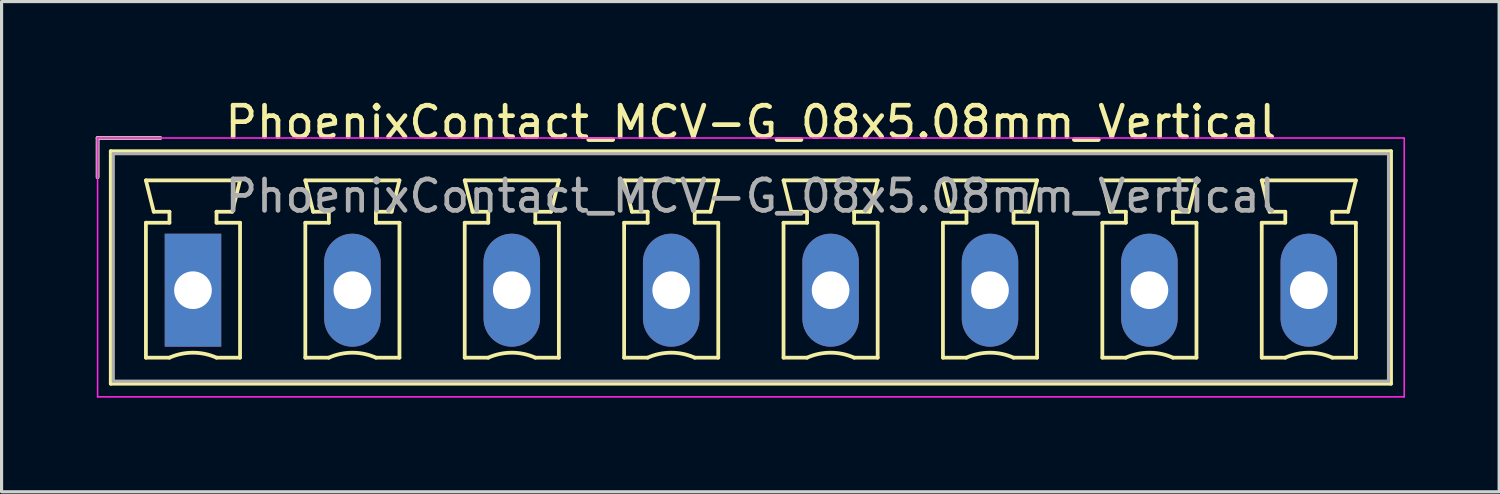
<source format=kicad_pcb>
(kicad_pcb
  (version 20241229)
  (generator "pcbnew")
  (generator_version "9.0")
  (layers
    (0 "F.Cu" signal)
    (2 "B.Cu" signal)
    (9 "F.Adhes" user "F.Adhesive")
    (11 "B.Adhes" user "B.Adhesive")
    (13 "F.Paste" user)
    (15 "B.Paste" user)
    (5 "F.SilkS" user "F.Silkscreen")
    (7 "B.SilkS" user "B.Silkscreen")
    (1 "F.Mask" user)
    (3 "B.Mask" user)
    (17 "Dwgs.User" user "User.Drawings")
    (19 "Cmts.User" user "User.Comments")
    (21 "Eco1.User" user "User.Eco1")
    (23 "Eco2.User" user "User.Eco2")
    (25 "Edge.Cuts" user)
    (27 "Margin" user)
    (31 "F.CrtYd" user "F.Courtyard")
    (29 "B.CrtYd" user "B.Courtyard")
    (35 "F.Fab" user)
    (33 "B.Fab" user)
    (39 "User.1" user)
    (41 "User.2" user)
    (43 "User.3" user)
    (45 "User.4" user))
  (footprint "PhoenixContact_MCV-G_08x5.08mm_Vertical"
    (layer "F.Cu")
    (at 3.1 6.198)
    (property "Reference" "PhoenixContact_MCV-G_08x5.08mm_Vertical" (at 17.78 -5.35 0) (layer "F.SilkS") (effects (font (size 1 1) (thickness 0.15))))
    (attr through_hole)
    (fp_line (start -3.04 -4.85) (end -1.04 -4.85) (stroke (width 0.12) (type solid)) (layer "F.SilkS"))
    (fp_line (start -3.04 -3.6) (end -3.04 -4.85) (stroke (width 0.12) (type solid)) (layer "F.SilkS"))
    (fp_line (start -2.62 -4.43) (end -2.62 2.98) (stroke (width 0.12) (type solid)) (layer "F.SilkS"))
    (fp_line (start -2.62 2.98) (end 38.18 2.98) (stroke (width 0.12) (type solid)) (layer "F.SilkS"))
    (fp_line (start -1.5 -3.5) (end 1.5 -3.5) (stroke (width 0.12) (type solid)) (layer "F.SilkS"))
    (fp_line (start -1.5 -2.15) (end -0.75 -2.15) (stroke (width 0.12) (type solid)) (layer "F.SilkS"))
    (fp_line (start -1.5 2.15) (end -1.5 -2.15) (stroke (width 0.12) (type solid)) (layer "F.SilkS"))
    (fp_line (start -1.25 -2.5) (end -1.5 -3.5) (stroke (width 0.12) (type solid)) (layer "F.SilkS"))
    (fp_line (start -0.75 -2.5) (end -1.25 -2.5) (stroke (width 0.12) (type solid)) (layer "F.SilkS"))
    (fp_line (start -0.75 -2.15) (end -0.75 -2.5) (stroke (width 0.12) (type solid)) (layer "F.SilkS"))
    (fp_line (start -0.75 2.15) (end -1.5 2.15) (stroke (width 0.12) (type solid)) (layer "F.SilkS"))
    (fp_line (start 0.75 -2.5) (end 0.75 -2.15) (stroke (width 0.12) (type solid)) (layer "F.SilkS"))
    (fp_line (start 0.75 -2.15) (end 1.5 -2.15) (stroke (width 0.12) (type solid)) (layer "F.SilkS"))
    (fp_line (start 1.25 -2.5) (end 0.75 -2.5) (stroke (width 0.12) (type solid)) (layer "F.SilkS"))
    (fp_line (start 1.5 -3.5) (end 1.25 -2.5) (stroke (width 0.12) (type solid)) (layer "F.SilkS"))
    (fp_line (start 1.5 -2.15) (end 1.5 2.15) (stroke (width 0.12) (type solid)) (layer "F.SilkS"))
    (fp_line (start 1.5 2.15) (end 0.75 2.15) (stroke (width 0.12) (type solid)) (layer "F.SilkS"))
    (fp_line (start 3.58 -3.5) (end 6.58 -3.5) (stroke (width 0.12) (type solid)) (layer "F.SilkS"))
    (fp_line (start 3.58 -2.15) (end 4.33 -2.15) (stroke (width 0.12) (type solid)) (layer "F.SilkS"))
    (fp_line (start 3.58 2.15) (end 3.58 -2.15) (stroke (width 0.12) (type solid)) (layer "F.SilkS"))
    (fp_line (start 3.83 -2.5) (end 3.58 -3.5) (stroke (width 0.12) (type solid)) (layer "F.SilkS"))
    (fp_line (start 4.33 -2.5) (end 3.83 -2.5) (stroke (width 0.12) (type solid)) (layer "F.SilkS"))
    (fp_line (start 4.33 -2.15) (end 4.33 -2.5) (stroke (width 0.12) (type solid)) (layer "F.SilkS"))
    (fp_line (start 4.33 2.15) (end 3.58 2.15) (stroke (width 0.12) (type solid)) (layer "F.SilkS"))
    (fp_line (start 5.83 -2.5) (end 5.83 -2.15) (stroke (width 0.12) (type solid)) (layer "F.SilkS"))
    (fp_line (start 5.83 -2.15) (end 6.58 -2.15) (stroke (width 0.12) (type solid)) (layer "F.SilkS"))
    (fp_line (start 6.33 -2.5) (end 5.83 -2.5) (stroke (width 0.12) (type solid)) (layer "F.SilkS"))
    (fp_line (start 6.58 -3.5) (end 6.33 -2.5) (stroke (width 0.12) (type solid)) (layer "F.SilkS"))
    (fp_line (start 6.58 -2.15) (end 6.58 2.15) (stroke (width 0.12) (type solid)) (layer "F.SilkS"))
    (fp_line (start 6.58 2.15) (end 5.83 2.15) (stroke (width 0.12) (type solid)) (layer "F.SilkS"))
    (fp_line (start 8.66 -3.5) (end 11.66 -3.5) (stroke (width 0.12) (type solid)) (layer "F.SilkS"))
    (fp_line (start 8.66 -2.15) (end 9.41 -2.15) (stroke (width 0.12) (type solid)) (layer "F.SilkS"))
    (fp_line (start 8.66 2.15) (end 8.66 -2.15) (stroke (width 0.12) (type solid)) (layer "F.SilkS"))
    (fp_line (start 8.91 -2.5) (end 8.66 -3.5) (stroke (width 0.12) (type solid)) (layer "F.SilkS"))
    (fp_line (start 9.41 -2.5) (end 8.91 -2.5) (stroke (width 0.12) (type solid)) (layer "F.SilkS"))
    (fp_line (start 9.41 -2.15) (end 9.41 -2.5) (stroke (width 0.12) (type solid)) (layer "F.SilkS"))
    (fp_line (start 9.41 2.15) (end 8.66 2.15) (stroke (width 0.12) (type solid)) (layer "F.SilkS"))
    (fp_line (start 10.91 -2.5) (end 10.91 -2.15) (stroke (width 0.12) (type solid)) (layer "F.SilkS"))
    (fp_line (start 10.91 -2.15) (end 11.66 -2.15) (stroke (width 0.12) (type solid)) (layer "F.SilkS"))
    (fp_line (start 11.41 -2.5) (end 10.91 -2.5) (stroke (width 0.12) (type solid)) (layer "F.SilkS"))
    (fp_line (start 11.66 -3.5) (end 11.41 -2.5) (stroke (width 0.12) (type solid)) (layer "F.SilkS"))
    (fp_line (start 11.66 -2.15) (end 11.66 2.15) (stroke (width 0.12) (type solid)) (layer "F.SilkS"))
    (fp_line (start 11.66 2.15) (end 10.91 2.15) (stroke (width 0.12) (type solid)) (layer "F.SilkS"))
    (fp_line (start 13.74 -3.5) (end 16.74 -3.5) (stroke (width 0.12) (type solid)) (layer "F.SilkS"))
    (fp_line (start 13.74 -2.15) (end 14.49 -2.15) (stroke (width 0.12) (type solid)) (layer "F.SilkS"))
    (fp_line (start 13.74 2.15) (end 13.74 -2.15) (stroke (width 0.12) (type solid)) (layer "F.SilkS"))
    (fp_line (start 13.99 -2.5) (end 13.74 -3.5) (stroke (width 0.12) (type solid)) (layer "F.SilkS"))
    (fp_line (start 14.49 -2.5) (end 13.99 -2.5) (stroke (width 0.12) (type solid)) (layer "F.SilkS"))
    (fp_line (start 14.49 -2.15) (end 14.49 -2.5) (stroke (width 0.12) (type solid)) (layer "F.SilkS"))
    (fp_line (start 14.49 2.15) (end 13.74 2.15) (stroke (width 0.12) (type solid)) (layer "F.SilkS"))
    (fp_line (start 15.99 -2.5) (end 15.99 -2.15) (stroke (width 0.12) (type solid)) (layer "F.SilkS"))
    (fp_line (start 15.99 -2.15) (end 16.74 -2.15) (stroke (width 0.12) (type solid)) (layer "F.SilkS"))
    (fp_line (start 16.49 -2.5) (end 15.99 -2.5) (stroke (width 0.12) (type solid)) (layer "F.SilkS"))
    (fp_line (start 16.74 -3.5) (end 16.49 -2.5) (stroke (width 0.12) (type solid)) (layer "F.SilkS"))
    (fp_line (start 16.74 -2.15) (end 16.74 2.15) (stroke (width 0.12) (type solid)) (layer "F.SilkS"))
    (fp_line (start 16.74 2.15) (end 15.99 2.15) (stroke (width 0.12) (type solid)) (layer "F.SilkS"))
    (fp_line (start 18.82 -3.5) (end 21.82 -3.5) (stroke (width 0.12) (type solid)) (layer "F.SilkS"))
    (fp_line (start 18.82 -2.15) (end 19.57 -2.15) (stroke (width 0.12) (type solid)) (layer "F.SilkS"))
    (fp_line (start 18.82 2.15) (end 18.82 -2.15) (stroke (width 0.12) (type solid)) (layer "F.SilkS"))
    (fp_line (start 19.07 -2.5) (end 18.82 -3.5) (stroke (width 0.12) (type solid)) (layer "F.SilkS"))
    (fp_line (start 19.57 -2.5) (end 19.07 -2.5) (stroke (width 0.12) (type solid)) (layer "F.SilkS"))
    (fp_line (start 19.57 -2.15) (end 19.57 -2.5) (stroke (width 0.12) (type solid)) (layer "F.SilkS"))
    (fp_line (start 19.57 2.15) (end 18.82 2.15) (stroke (width 0.12) (type solid)) (layer "F.SilkS"))
    (fp_line (start 21.07 -2.5) (end 21.07 -2.15) (stroke (width 0.12) (type solid)) (layer "F.SilkS"))
    (fp_line (start 21.07 -2.15) (end 21.82 -2.15) (stroke (width 0.12) (type solid)) (layer "F.SilkS"))
    (fp_line (start 21.57 -2.5) (end 21.07 -2.5) (stroke (width 0.12) (type solid)) (layer "F.SilkS"))
    (fp_line (start 21.82 -3.5) (end 21.57 -2.5) (stroke (width 0.12) (type solid)) (layer "F.SilkS"))
    (fp_line (start 21.82 -2.15) (end 21.82 2.15) (stroke (width 0.12) (type solid)) (layer "F.SilkS"))
    (fp_line (start 21.82 2.15) (end 21.07 2.15) (stroke (width 0.12) (type solid)) (layer "F.SilkS"))
    (fp_line (start 23.9 -3.5) (end 26.9 -3.5) (stroke (width 0.12) (type solid)) (layer "F.SilkS"))
    (fp_line (start 23.9 -2.15) (end 24.65 -2.15) (stroke (width 0.12) (type solid)) (layer "F.SilkS"))
    (fp_line (start 23.9 2.15) (end 23.9 -2.15) (stroke (width 0.12) (type solid)) (layer "F.SilkS"))
    (fp_line (start 24.15 -2.5) (end 23.9 -3.5) (stroke (width 0.12) (type solid)) (layer "F.SilkS"))
    (fp_line (start 24.65 -2.5) (end 24.15 -2.5) (stroke (width 0.12) (type solid)) (layer "F.SilkS"))
    (fp_line (start 24.65 -2.15) (end 24.65 -2.5) (stroke (width 0.12) (type solid)) (layer "F.SilkS"))
    (fp_line (start 24.65 2.15) (end 23.9 2.15) (stroke (width 0.12) (type solid)) (layer "F.SilkS"))
    (fp_line (start 26.15 -2.5) (end 26.15 -2.15) (stroke (width 0.12) (type solid)) (layer "F.SilkS"))
    (fp_line (start 26.15 -2.15) (end 26.9 -2.15) (stroke (width 0.12) (type solid)) (layer "F.SilkS"))
    (fp_line (start 26.65 -2.5) (end 26.15 -2.5) (stroke (width 0.12) (type solid)) (layer "F.SilkS"))
    (fp_line (start 26.9 -3.5) (end 26.65 -2.5) (stroke (width 0.12) (type solid)) (layer "F.SilkS"))
    (fp_line (start 26.9 -2.15) (end 26.9 2.15) (stroke (width 0.12) (type solid)) (layer "F.SilkS"))
    (fp_line (start 26.9 2.15) (end 26.15 2.15) (stroke (width 0.12) (type solid)) (layer "F.SilkS"))
    (fp_line (start 28.98 -3.5) (end 31.98 -3.5) (stroke (width 0.12) (type solid)) (layer "F.SilkS"))
    (fp_line (start 28.98 -2.15) (end 29.73 -2.15) (stroke (width 0.12) (type solid)) (layer "F.SilkS"))
    (fp_line (start 28.98 2.15) (end 28.98 -2.15) (stroke (width 0.12) (type solid)) (layer "F.SilkS"))
    (fp_line (start 29.23 -2.5) (end 28.98 -3.5) (stroke (width 0.12) (type solid)) (layer "F.SilkS"))
    (fp_line (start 29.73 -2.5) (end 29.23 -2.5) (stroke (width 0.12) (type solid)) (layer "F.SilkS"))
    (fp_line (start 29.73 -2.15) (end 29.73 -2.5) (stroke (width 0.12) (type solid)) (layer "F.SilkS"))
    (fp_line (start 29.73 2.15) (end 28.98 2.15) (stroke (width 0.12) (type solid)) (layer "F.SilkS"))
    (fp_line (start 31.23 -2.5) (end 31.23 -2.15) (stroke (width 0.12) (type solid)) (layer "F.SilkS"))
    (fp_line (start 31.23 -2.15) (end 31.98 -2.15) (stroke (width 0.12) (type solid)) (layer "F.SilkS"))
    (fp_line (start 31.73 -2.5) (end 31.23 -2.5) (stroke (width 0.12) (type solid)) (layer "F.SilkS"))
    (fp_line (start 31.98 -3.5) (end 31.73 -2.5) (stroke (width 0.12) (type solid)) (layer "F.SilkS"))
    (fp_line (start 31.98 -2.15) (end 31.98 2.15) (stroke (width 0.12) (type solid)) (layer "F.SilkS"))
    (fp_line (start 31.98 2.15) (end 31.23 2.15) (stroke (width 0.12) (type solid)) (layer "F.SilkS"))
    (fp_line (start 34.06 -3.5) (end 37.06 -3.5) (stroke (width 0.12) (type solid)) (layer "F.SilkS"))
    (fp_line (start 34.06 -2.15) (end 34.81 -2.15) (stroke (width 0.12) (type solid)) (layer "F.SilkS"))
    (fp_line (start 34.06 2.15) (end 34.06 -2.15) (stroke (width 0.12) (type solid)) (layer "F.SilkS"))
    (fp_line (start 34.31 -2.5) (end 34.06 -3.5) (stroke (width 0.12) (type solid)) (layer "F.SilkS"))
    (fp_line (start 34.81 -2.5) (end 34.31 -2.5) (stroke (width 0.12) (type solid)) (layer "F.SilkS"))
    (fp_line (start 34.81 -2.15) (end 34.81 -2.5) (stroke (width 0.12) (type solid)) (layer "F.SilkS"))
    (fp_line (start 34.81 2.15) (end 34.06 2.15) (stroke (width 0.12) (type solid)) (layer "F.SilkS"))
    (fp_line (start 36.31 -2.5) (end 36.31 -2.15) (stroke (width 0.12) (type solid)) (layer "F.SilkS"))
    (fp_line (start 36.31 -2.15) (end 37.06 -2.15) (stroke (width 0.12) (type solid)) (layer "F.SilkS"))
    (fp_line (start 36.81 -2.5) (end 36.31 -2.5) (stroke (width 0.12) (type solid)) (layer "F.SilkS"))
    (fp_line (start 37.06 -3.5) (end 36.81 -2.5) (stroke (width 0.12) (type solid)) (layer "F.SilkS"))
    (fp_line (start 37.06 -2.15) (end 37.06 2.15) (stroke (width 0.12) (type solid)) (layer "F.SilkS"))
    (fp_line (start 37.06 2.15) (end 36.31 2.15) (stroke (width 0.12) (type solid)) (layer "F.SilkS"))
    (fp_line (start 38.18 -4.43) (end -2.62 -4.43) (stroke (width 0.12) (type solid)) (layer "F.SilkS"))
    (fp_line (start 38.18 2.98) (end 38.18 -4.43) (stroke (width 0.12) (type solid)) (layer "F.SilkS"))
    (fp_arc (start -0.75 2.15) (mid -0.000193 1.99191) (end 0.749647 2.149844) (stroke (width 0.12) (type solid)) (layer "F.SilkS"))
    (fp_arc (start 4.33 2.15) (mid 5.079807 1.99191) (end 5.829647 2.149844) (stroke (width 0.12) (type solid)) (layer "F.SilkS"))
    (fp_arc (start 9.41 2.15) (mid 10.159807 1.99191) (end 10.909647 2.149844) (stroke (width 0.12) (type solid)) (layer "F.SilkS"))
    (fp_arc (start 14.49 2.15) (mid 15.239807 1.99191) (end 15.989647 2.149844) (stroke (width 0.12) (type solid)) (layer "F.SilkS"))
    (fp_arc (start 19.57 2.15) (mid 20.319807 1.99191) (end 21.069647 2.149844) (stroke (width 0.12) (type solid)) (layer "F.SilkS"))
    (fp_arc (start 24.65 2.15) (mid 25.399807 1.99191) (end 26.149647 2.149844) (stroke (width 0.12) (type solid)) (layer "F.SilkS"))
    (fp_arc (start 29.73 2.15) (mid 30.479807 1.99191) (end 31.229647 2.149844) (stroke (width 0.12) (type solid)) (layer "F.SilkS"))
    (fp_arc (start 34.81 2.15) (mid 35.559807 1.99191) (end 36.309647 2.149844) (stroke (width 0.12) (type solid)) (layer "F.SilkS"))
    (fp_line (start -3.04 -4.85) (end -3.04 3.4) (stroke (width 0.05) (type solid)) (layer "F.CrtYd"))
    (fp_line (start -3.04 3.4) (end 38.6 3.4) (stroke (width 0.05) (type solid)) (layer "F.CrtYd"))
    (fp_line (start 38.6 -4.85) (end -3.04 -4.85) (stroke (width 0.05) (type solid)) (layer "F.CrtYd"))
    (fp_line (start 38.6 3.4) (end 38.6 -4.85) (stroke (width 0.05) (type solid)) (layer "F.CrtYd"))
    (fp_line (start -3.04 -4.85) (end -1.04 -4.85) (stroke (width 0.1) (type solid)) (layer "F.Fab"))
    (fp_line (start -3.04 -3.6) (end -3.04 -4.85) (stroke (width 0.1) (type solid)) (layer "F.Fab"))
    (fp_line (start -2.54 -4.35) (end -2.54 2.9) (stroke (width 0.1) (type solid)) (layer "F.Fab"))
    (fp_line (start -2.54 2.9) (end 38.1 2.9) (stroke (width 0.1) (type solid)) (layer "F.Fab"))
    (fp_line (start 38.1 -4.35) (end -2.54 -4.35) (stroke (width 0.1) (type solid)) (layer "F.Fab"))
    (fp_line (start 38.1 2.9) (end 38.1 -4.35) (stroke (width 0.1) (type solid)) (layer "F.Fab"))
    (fp_text user "${REFERENCE}" (at 17.78 -3 0) (layer "F.Fab") (effects (font (size 1 1) (thickness 0.15))))
    (pad "1" thru_hole rect (at 0 0) (size 1.8 3.6) (drill 1.2) (layers "*.Cu" "*.Mask"))
    (pad "2" thru_hole oval (at 5.08 0) (size 1.8 3.6) (drill 1.2) (layers "*.Cu" "*.Mask"))
    (pad "3" thru_hole oval (at 10.16 0) (size 1.8 3.6) (drill 1.2) (layers "*.Cu" "*.Mask"))
    (pad "4" thru_hole oval (at 15.24 0) (size 1.8 3.6) (drill 1.2) (layers "*.Cu" "*.Mask"))
    (pad "5" thru_hole oval (at 20.32 0) (size 1.8 3.6) (drill 1.2) (layers "*.Cu" "*.Mask"))
    (pad "6" thru_hole oval (at 25.4 0) (size 1.8 3.6) (drill 1.2) (layers "*.Cu" "*.Mask"))
    (pad "7" thru_hole oval (at 30.48 0) (size 1.8 3.6) (drill 1.2) (layers "*.Cu" "*.Mask"))
    (pad "8" thru_hole oval (at 35.56 0) (size 1.8 3.6) (drill 1.2) (layers "*.Cu" "*.Mask")))
  (gr_rect
    (start -3 -3)
    (end 44.725 12.623)
    (stroke (width 0.1) (type default))
    (fill no)
    (layer "Edge.Cuts")))
</source>
